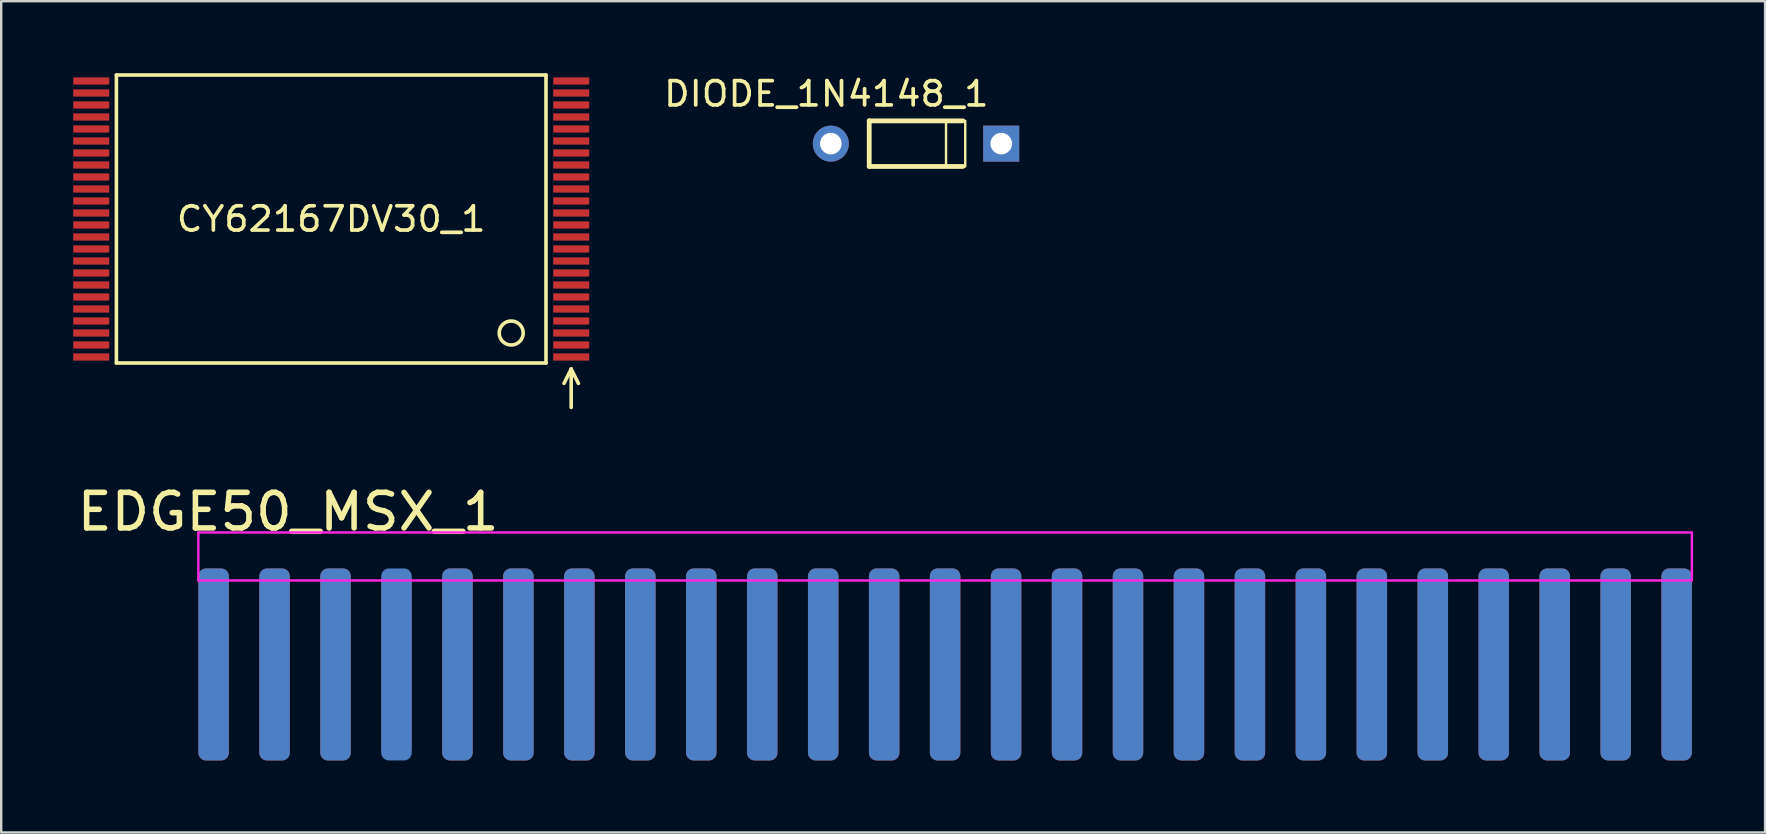
<source format=kicad_pcb>
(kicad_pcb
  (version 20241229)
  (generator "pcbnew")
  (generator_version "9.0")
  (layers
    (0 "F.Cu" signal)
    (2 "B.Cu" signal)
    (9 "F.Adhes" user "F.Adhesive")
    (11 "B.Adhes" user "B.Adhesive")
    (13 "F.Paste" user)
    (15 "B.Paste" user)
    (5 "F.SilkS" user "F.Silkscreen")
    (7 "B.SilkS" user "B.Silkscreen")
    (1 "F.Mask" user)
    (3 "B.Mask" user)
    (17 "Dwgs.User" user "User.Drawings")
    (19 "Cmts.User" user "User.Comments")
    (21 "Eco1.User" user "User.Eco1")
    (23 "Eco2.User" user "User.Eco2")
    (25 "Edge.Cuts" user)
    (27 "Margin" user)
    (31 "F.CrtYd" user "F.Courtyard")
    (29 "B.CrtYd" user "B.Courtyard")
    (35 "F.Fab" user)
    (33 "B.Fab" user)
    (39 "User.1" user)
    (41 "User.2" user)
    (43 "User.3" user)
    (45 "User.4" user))
  (footprint "CY62167DV30_1"
    (layer "F.Cu")
    (at 20.75 11.825)
    (property "Reference" "CY62167DV30_1" (at -10 -5.75 0) (unlocked yes) (layer "F.SilkS") (effects (font (size 1.01 1.063) (thickness 0.154))))
    (fp_line (start -18.95 -11.75) (end -1.05 -11.75) (stroke (width 0.15) (type solid)) (layer "F.SilkS"))
    (fp_line (start -18.95 0.25) (end -18.95 -11.75) (stroke (width 0.15) (type solid)) (layer "F.SilkS"))
    (fp_line (start -1.05 -11.75) (end -1.05 0.25) (stroke (width 0.15) (type solid)) (layer "F.SilkS"))
    (fp_line (start -1.05 0.25) (end -18.95 0.25) (stroke (width 0.15) (type solid)) (layer "F.SilkS"))
    (fp_line (start -0.3 1.1) (end 0 0.5) (stroke (width 0.15) (type solid)) (layer "F.SilkS"))
    (fp_line (start 0 0.5) (end 0 2.1) (stroke (width 0.15) (type solid)) (layer "F.SilkS"))
    (fp_line (start 0 0.5) (end 0.3 1.1) (stroke (width 0.15) (type solid)) (layer "F.SilkS"))
    (fp_arc (start -2 -1) (mid -3 -1) (end -2 -1) (stroke (width 0.15) (type solid)) (layer "F.SilkS"))
    (pad "1" smd rect (at 0 0 90) (size 0.3 1.5) (layers "F.Cu" "F.Mask" "F.Paste"))
    (pad "2" smd rect (at 0 -0.5 90) (size 0.3 1.5) (layers "F.Cu" "F.Mask" "F.Paste"))
    (pad "3" smd rect (at 0 -1 90) (size 0.3 1.5) (layers "F.Cu" "F.Mask" "F.Paste"))
    (pad "4" smd rect (at 0 -1.5 90) (size 0.3 1.5) (layers "F.Cu" "F.Mask" "F.Paste"))
    (pad "5" smd rect (at 0 -2 90) (size 0.3 1.5) (layers "F.Cu" "F.Mask" "F.Paste"))
    (pad "6" smd rect (at 0 -2.5 90) (size 0.3 1.5) (layers "F.Cu" "F.Mask" "F.Paste"))
    (pad "7" smd rect (at 0 -3 90) (size 0.3 1.5) (layers "F.Cu" "F.Mask" "F.Paste"))
    (pad "8" smd rect (at 0 -3.5 90) (size 0.3 1.5) (layers "F.Cu" "F.Mask" "F.Paste"))
    (pad "9" smd rect (at 0 -4 90) (size 0.3 1.5) (layers "F.Cu" "F.Mask" "F.Paste"))
    (pad "10" smd rect (at 0 -4.5 90) (size 0.3 1.5) (layers "F.Cu" "F.Mask" "F.Paste"))
    (pad "11" smd rect (at 0 -5 90) (size 0.3 1.5) (layers "F.Cu" "F.Mask" "F.Paste"))
    (pad "12" smd rect (at 0 -5.5 90) (size 0.3 1.5) (layers "F.Cu" "F.Mask" "F.Paste"))
    (pad "13" smd rect (at 0 -6 90) (size 0.3 1.5) (layers "F.Cu" "F.Mask" "F.Paste"))
    (pad "14" smd rect (at 0 -6.5 90) (size 0.3 1.5) (layers "F.Cu" "F.Mask" "F.Paste"))
    (pad "15" smd rect (at 0 -7 90) (size 0.3 1.5) (layers "F.Cu" "F.Mask" "F.Paste"))
    (pad "16" smd rect (at 0 -7.5 90) (size 0.3 1.5) (layers "F.Cu" "F.Mask" "F.Paste"))
    (pad "17" smd rect (at 0 -8 90) (size 0.3 1.5) (layers "F.Cu" "F.Mask" "F.Paste"))
    (pad "18" smd rect (at 0 -8.5 90) (size 0.3 1.5) (layers "F.Cu" "F.Mask" "F.Paste"))
    (pad "19" smd rect (at 0 -9 90) (size 0.3 1.5) (layers "F.Cu" "F.Mask" "F.Paste"))
    (pad "20" smd rect (at 0 -9.5 90) (size 0.3 1.5) (layers "F.Cu" "F.Mask" "F.Paste"))
    (pad "21" smd rect (at 0 -10 90) (size 0.3 1.5) (layers "F.Cu" "F.Mask" "F.Paste"))
    (pad "22" smd rect (at 0 -10.5 90) (size 0.3 1.5) (layers "F.Cu" "F.Mask" "F.Paste"))
    (pad "23" smd rect (at 0 -11 90) (size 0.3 1.5) (layers "F.Cu" "F.Mask" "F.Paste"))
    (pad "24" smd rect (at 0 -11.5 90) (size 0.3 1.5) (layers "F.Cu" "F.Mask" "F.Paste"))
    (pad "25" smd rect (at -20 -11.5 90) (size 0.3 1.5) (layers "F.Cu" "F.Mask" "F.Paste"))
    (pad "26" smd rect (at -20 -11 90) (size 0.3 1.5) (layers "F.Cu" "F.Mask" "F.Paste"))
    (pad "27" smd rect (at -20 -10.5 90) (size 0.3 1.5) (layers "F.Cu" "F.Mask" "F.Paste"))
    (pad "28" smd rect (at -20 -10 90) (size 0.3 1.5) (layers "F.Cu" "F.Mask" "F.Paste"))
    (pad "29" smd rect (at -20 -9.5 90) (size 0.3 1.5) (layers "F.Cu" "F.Mask" "F.Paste"))
    (pad "30" smd rect (at -20 -9 90) (size 0.3 1.5) (layers "F.Cu" "F.Mask" "F.Paste"))
    (pad "31" smd rect (at -20 -8.5 90) (size 0.3 1.5) (layers "F.Cu" "F.Mask" "F.Paste"))
    (pad "32" smd rect (at -20 -8 90) (size 0.3 1.5) (layers "F.Cu" "F.Mask" "F.Paste"))
    (pad "33" smd rect (at -20 -7.5 90) (size 0.3 1.5) (layers "F.Cu" "F.Mask" "F.Paste"))
    (pad "34" smd rect (at -20 -7 90) (size 0.3 1.5) (layers "F.Cu" "F.Mask" "F.Paste"))
    (pad "35" smd rect (at -20 -6.5 90) (size 0.3 1.5) (layers "F.Cu" "F.Mask" "F.Paste"))
    (pad "36" smd rect (at -20 -6 90) (size 0.3 1.5) (layers "F.Cu" "F.Mask" "F.Paste"))
    (pad "37" smd rect (at -20 -5.5 90) (size 0.3 1.5) (layers "F.Cu" "F.Mask" "F.Paste"))
    (pad "38" smd rect (at -20 -5 90) (size 0.3 1.5) (layers "F.Cu" "F.Mask" "F.Paste"))
    (pad "39" smd rect (at -20 -4.5 90) (size 0.3 1.5) (layers "F.Cu" "F.Mask" "F.Paste"))
    (pad "40" smd rect (at -20 -4 90) (size 0.3 1.5) (layers "F.Cu" "F.Mask" "F.Paste"))
    (pad "41" smd rect (at -20 -3.5 90) (size 0.3 1.5) (layers "F.Cu" "F.Mask" "F.Paste"))
    (pad "42" smd rect (at -20 -3 90) (size 0.3 1.5) (layers "F.Cu" "F.Mask" "F.Paste"))
    (pad "43" smd rect (at -20 -2.5 90) (size 0.3 1.5) (layers "F.Cu" "F.Mask" "F.Paste"))
    (pad "44" smd rect (at -20 -2 90) (size 0.3 1.5) (layers "F.Cu" "F.Mask" "F.Paste"))
    (pad "45" smd rect (at -20 -1.5 90) (size 0.3 1.5) (layers "F.Cu" "F.Mask" "F.Paste"))
    (pad "46" smd rect (at -20 -1 90) (size 0.3 1.5) (layers "F.Cu" "F.Mask" "F.Paste"))
    (pad "47" smd rect (at -20 -0.5 90) (size 0.3 1.5) (layers "F.Cu" "F.Mask" "F.Paste"))
    (pad "48" smd rect (at -20 0 90) (size 0.3 1.5) (layers "F.Cu" "F.Mask" "F.Paste")))
  (footprint "DIODE_1N4148_1"
    (layer "F.Cu")
    (at 35.118 2.935)
    (property "Reference" "DIODE_1N4148_1" (at -3.738 -2.074 0) (unlocked yes) (layer "F.SilkS") (effects (font (size 1.01 1.063) (thickness 0.154))))
    (fp_line (start -1.95 -0.95) (end 1.95 -0.95) (stroke (width 0.2) (type solid)) (layer "F.SilkS"))
    (fp_line (start -1.95 0.95) (end -1.95 -0.95) (stroke (width 0.2) (type solid)) (layer "F.SilkS"))
    (fp_line (start -1.95 0.95) (end 1.95 0.95) (stroke (width 0.2) (type solid)) (layer "F.SilkS"))
    (fp_poly (pts (xy 1.25 0.95) (xy 2.05 0.95) (xy 2.05 -0.95) (xy 1.25 -0.95)) (stroke (width 0.1) (type default)) (fill no) (layer "F.SilkS"))
    (pad "1" thru_hole circle (at -3.55 0) (size 1.5 1.5) (drill 0.9) (layers "*.Cu" "*.Mask"))
    (pad "2" thru_hole rect (at 3.55 0) (size 1.5 1.5) (drill 0.9) (layers "*.Cu" "*.Mask")))
  (footprint "EDGE50_MSX_1"
    (layer "F.Cu")
    (at 66.81 24.636)
    (property "Reference" "EDGE50_MSX_1" (at -57.855 -6.363 0) (unlocked yes) (layer "F.SilkS") (effects (font (size 1.483 1.56) (thickness 0.231))))
    (fp_line (start -61.595 -5.5) (end -61.595 -3.5) (stroke (width 0.1) (type default)) (layer "F.CrtYd"))
    (fp_line (start -61.595 -3.5) (end 0.635 -3.5) (stroke (width 0.1) (type default)) (layer "F.CrtYd"))
    (fp_line (start 0.635 -5.5) (end -61.595 -5.5) (stroke (width 0.1) (type default)) (layer "F.CrtYd"))
    (fp_line (start 0.635 -3.5) (end 0.635 -5.5) (stroke (width 0.1) (type default)) (layer "F.CrtYd"))
    (pad "1" connect roundrect (at 0 0) (size 1.27 8) (layers "B.Cu" "B.Mask") (roundrect_rratio 0.25))
    (pad "2" connect roundrect (at 0 0) (size 1.27 8) (layers "F.Cu" "F.Mask") (roundrect_rratio 0.25))
    (pad "3" connect roundrect (at -2.54 0) (size 1.27 8) (layers "B.Cu" "B.Mask") (roundrect_rratio 0.25))
    (pad "4" connect roundrect (at -2.54 0) (size 1.27 8) (layers "F.Cu" "F.Mask") (roundrect_rratio 0.25))
    (pad "5" connect roundrect (at -5.08 0) (size 1.27 8) (layers "B.Cu" "B.Mask") (roundrect_rratio 0.25))
    (pad "6" connect roundrect (at -5.08 0) (size 1.27 8) (layers "F.Cu" "F.Mask") (roundrect_rratio 0.25))
    (pad "7" connect roundrect (at -7.62 0) (size 1.27 8) (layers "B.Cu" "B.Mask") (roundrect_rratio 0.25))
    (pad "8" connect roundrect (at -7.62 0) (size 1.27 8) (layers "F.Cu" "F.Mask") (roundrect_rratio 0.25))
    (pad "9" connect roundrect (at -10.16 0) (size 1.27 8) (layers "B.Cu" "B.Mask") (roundrect_rratio 0.25))
    (pad "10" connect roundrect (at -10.16 0) (size 1.27 8) (layers "F.Cu" "F.Mask") (roundrect_rratio 0.25))
    (pad "11" connect roundrect (at -12.7 0) (size 1.27 8) (layers "B.Cu" "B.Mask") (roundrect_rratio 0.25))
    (pad "12" connect roundrect (at -12.7 0) (size 1.27 8) (layers "F.Cu" "F.Mask") (roundrect_rratio 0.25))
    (pad "13" connect roundrect (at -15.24 0) (size 1.27 8) (layers "B.Cu" "B.Mask") (roundrect_rratio 0.25))
    (pad "14" connect roundrect (at -15.24 0) (size 1.27 8) (layers "F.Cu" "F.Mask") (roundrect_rratio 0.25))
    (pad "15" connect roundrect (at -17.78 0) (size 1.27 8) (layers "B.Cu" "B.Mask") (roundrect_rratio 0.25))
    (pad "16" connect roundrect (at -17.78 0) (size 1.27 8) (layers "F.Cu" "F.Mask") (roundrect_rratio 0.25))
    (pad "17" connect roundrect (at -20.32 0) (size 1.27 8) (layers "B.Cu" "B.Mask") (roundrect_rratio 0.25))
    (pad "18" connect roundrect (at -20.32 0) (size 1.27 8) (layers "F.Cu" "F.Mask") (roundrect_rratio 0.25))
    (pad "19" connect roundrect (at -22.86 0) (size 1.27 8) (layers "B.Cu" "B.Mask") (roundrect_rratio 0.25))
    (pad "20" connect roundrect (at -22.86 0) (size 1.27 8) (layers "F.Cu" "F.Mask") (roundrect_rratio 0.25))
    (pad "21" connect roundrect (at -25.4 0) (size 1.27 8) (layers "B.Cu" "B.Mask") (roundrect_rratio 0.25))
    (pad "22" connect roundrect (at -25.4 0) (size 1.27 8) (layers "F.Cu" "F.Mask") (roundrect_rratio 0.25))
    (pad "23" connect roundrect (at -27.94 0) (size 1.27 8) (layers "B.Cu" "B.Mask") (roundrect_rratio 0.25))
    (pad "24" connect roundrect (at -27.94 0) (size 1.27 8) (layers "F.Cu" "F.Mask") (roundrect_rratio 0.25))
    (pad "25" connect roundrect (at -30.48 0) (size 1.27 8) (layers "B.Cu" "B.Mask") (roundrect_rratio 0.25))
    (pad "26" connect roundrect (at -30.48 0) (size 1.27 8) (layers "F.Cu" "F.Mask") (roundrect_rratio 0.25))
    (pad "27" connect roundrect (at -33.02 0) (size 1.27 8) (layers "B.Cu" "B.Mask") (roundrect_rratio 0.25))
    (pad "28" connect roundrect (at -33.02 0) (size 1.27 8) (layers "F.Cu" "F.Mask") (roundrect_rratio 0.25))
    (pad "29" connect roundrect (at -35.56 0) (size 1.27 8) (layers "B.Cu" "B.Mask") (roundrect_rratio 0.25))
    (pad "30" connect roundrect (at -35.56 0) (size 1.27 8) (layers "F.Cu" "F.Mask") (roundrect_rratio 0.25))
    (pad "31" connect roundrect (at -38.1 0) (size 1.27 8) (layers "B.Cu" "B.Mask") (roundrect_rratio 0.25))
    (pad "32" connect roundrect (at -38.1 0) (size 1.27 8) (layers "F.Cu" "F.Mask") (roundrect_rratio 0.25))
    (pad "33" connect roundrect (at -40.64 0) (size 1.27 8) (layers "B.Cu" "B.Mask") (roundrect_rratio 0.25))
    (pad "34" connect roundrect (at -40.64 0) (size 1.27 8) (layers "F.Cu" "F.Mask") (roundrect_rratio 0.25))
    (pad "35" connect roundrect (at -43.18 0) (size 1.27 8) (layers "B.Cu" "B.Mask") (roundrect_rratio 0.25))
    (pad "36" connect roundrect (at -43.18 0) (size 1.27 8) (layers "F.Cu" "F.Mask") (roundrect_rratio 0.25))
    (pad "37" connect roundrect (at -45.72 0) (size 1.27 8) (layers "B.Cu" "B.Mask") (roundrect_rratio 0.25))
    (pad "38" connect roundrect (at -45.72 0) (size 1.27 8) (layers "F.Cu" "F.Mask") (roundrect_rratio 0.25))
    (pad "39" connect roundrect (at -48.26 0) (size 1.27 8) (layers "B.Cu" "B.Mask") (roundrect_rratio 0.25))
    (pad "40" connect roundrect (at -48.26 0) (size 1.27 8) (layers "F.Cu" "F.Mask") (roundrect_rratio 0.25))
    (pad "41" connect roundrect (at -50.8 0) (size 1.27 8) (layers "B.Cu" "B.Mask") (roundrect_rratio 0.25))
    (pad "42" connect roundrect (at -50.8 0) (size 1.27 8) (layers "F.Cu" "F.Mask") (roundrect_rratio 0.25))
    (pad "43" connect roundrect (at -53.34 0) (size 1.27 8) (layers "B.Cu" "B.Mask") (roundrect_rratio 0.25))
    (pad "44" connect roundrect (at -53.34 0) (size 1.27 7.62) (layers "F.Cu" "F.Mask") (roundrect_rratio 0.25))
    (pad "45" connect roundrect (at -55.88 0) (size 1.27 8) (layers "B.Cu" "B.Mask") (roundrect_rratio 0.25))
    (pad "46" connect roundrect (at -55.88 0) (size 1.27 8) (layers "F.Cu" "F.Mask") (roundrect_rratio 0.25))
    (pad "47" connect roundrect (at -58.42 0) (size 1.27 8) (layers "B.Cu" "B.Mask") (roundrect_rratio 0.25))
    (pad "48" connect roundrect (at -58.42 0) (size 1.27 8) (layers "F.Cu" "F.Mask") (roundrect_rratio 0.25))
    (pad "49" connect roundrect (at -60.96 0) (size 1.27 8) (layers "B.Cu" "B.Mask") (roundrect_rratio 0.25))
    (pad "50" connect roundrect (at -60.96 0) (size 1.27 8) (layers "F.Cu" "F.Mask") (roundrect_rratio 0.25)))
  (gr_rect
    (start -3 -3)
    (end 70.495 31.636)
    (stroke (width 0.1) (type default))
    (fill no)
    (layer "Edge.Cuts")))
</source>
